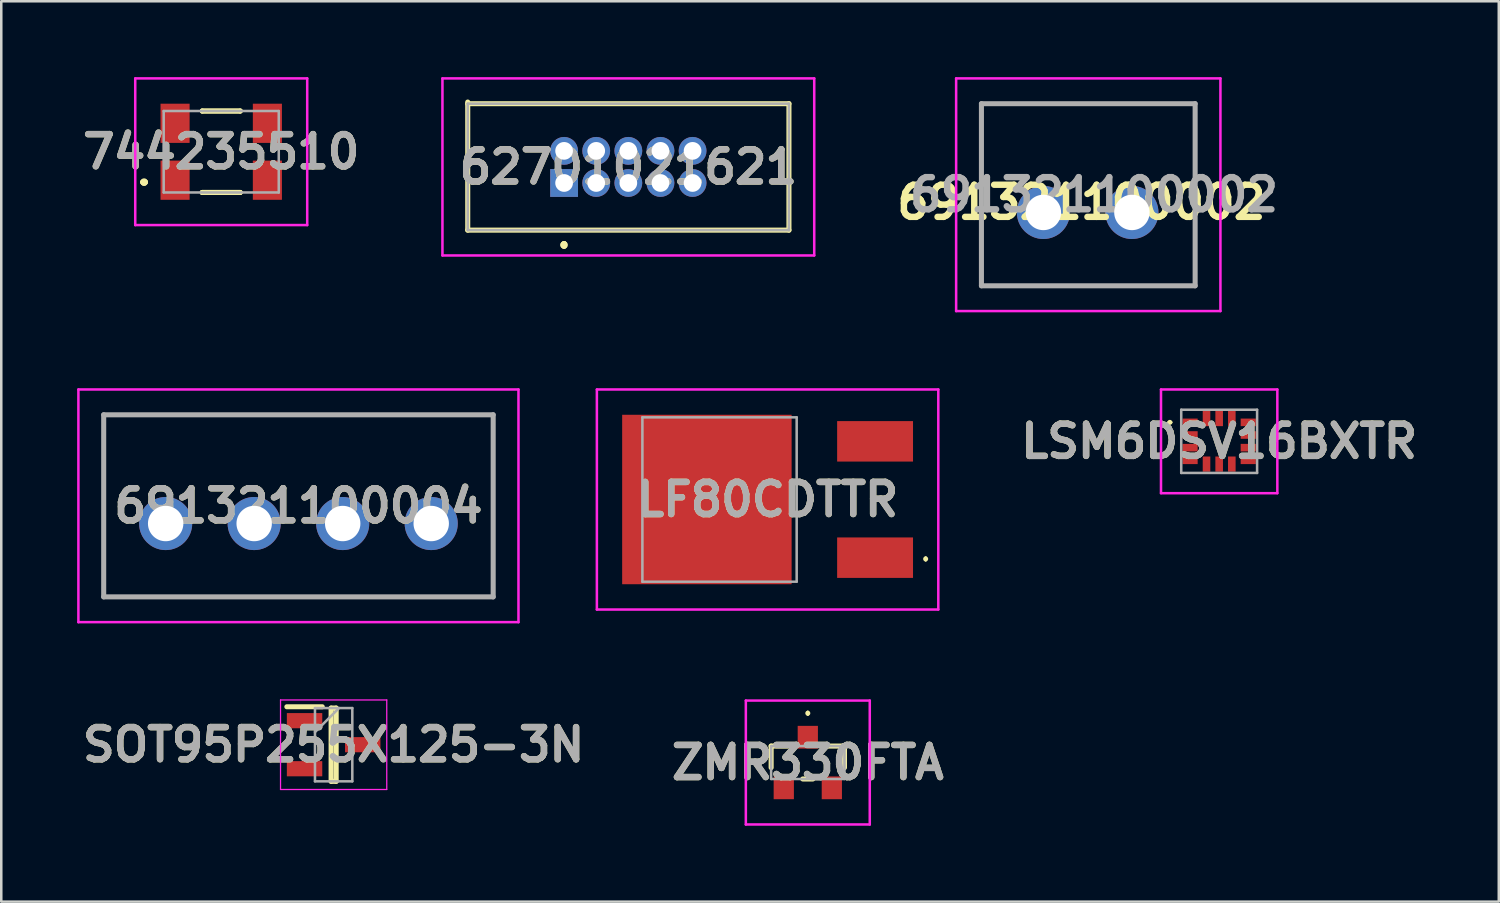
<source format=kicad_pcb>
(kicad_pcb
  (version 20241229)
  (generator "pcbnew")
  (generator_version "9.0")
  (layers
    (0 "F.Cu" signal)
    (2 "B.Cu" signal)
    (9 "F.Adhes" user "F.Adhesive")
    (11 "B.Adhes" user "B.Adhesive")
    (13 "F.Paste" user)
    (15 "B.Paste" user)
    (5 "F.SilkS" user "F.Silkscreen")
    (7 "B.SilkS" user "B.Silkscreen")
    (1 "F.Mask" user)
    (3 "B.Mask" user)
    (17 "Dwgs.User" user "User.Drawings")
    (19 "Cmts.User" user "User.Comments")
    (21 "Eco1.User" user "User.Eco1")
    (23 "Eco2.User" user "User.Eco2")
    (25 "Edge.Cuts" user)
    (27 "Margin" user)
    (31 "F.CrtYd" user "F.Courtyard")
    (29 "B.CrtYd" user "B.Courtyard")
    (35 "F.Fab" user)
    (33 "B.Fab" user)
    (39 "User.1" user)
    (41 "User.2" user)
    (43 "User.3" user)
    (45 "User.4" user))
  (footprint "62701021621"
    (layer "F.Cu")
    (at 19.254 4.185)
    (property "Reference" "62701021621" (at 2.54 -0.635 0) (layer "F.SilkS") (effects (font (size 1.27 1.27) (thickness 0.254))))
    (attr through_hole)
    (fp_line (start -3.81 -3.2) (end -3.81 1.865) (stroke (width 0.2) (type solid)) (layer "F.SilkS"))
    (fp_line (start -3.81 1.865) (end 8.89 1.865) (stroke (width 0.2) (type solid)) (layer "F.SilkS"))
    (fp_line (start 0 2.4) (end 0 2.4) (stroke (width 0.2) (type solid)) (layer "F.SilkS"))
    (fp_line (start 0 2.4) (end 0 2.4) (stroke (width 0.2) (type solid)) (layer "F.SilkS"))
    (fp_line (start 0 2.5) (end 0 2.5) (stroke (width 0.2) (type solid)) (layer "F.SilkS"))
    (fp_line (start 8.89 -3.135) (end -3.81 -3.135) (stroke (width 0.2) (type solid)) (layer "F.SilkS"))
    (fp_line (start 8.89 1.865) (end 8.89 -3.135) (stroke (width 0.2) (type solid)) (layer "F.SilkS"))
    (fp_arc (start 0 2.4) (mid 0.05 2.45) (end 0 2.5) (stroke (width 0.2) (type solid)) (layer "F.SilkS"))
    (fp_arc (start 0 2.5) (mid -0.05 2.45) (end 0 2.4) (stroke (width 0.2) (type solid)) (layer "F.SilkS"))
    (fp_arc (start 0 2.5) (mid -0.05 2.45) (end 0 2.4) (stroke (width 0.2) (type solid)) (layer "F.SilkS"))
    (fp_line (start -4.81 -4.135) (end 9.89 -4.135) (stroke (width 0.1) (type solid)) (layer "F.CrtYd"))
    (fp_line (start -4.81 2.865) (end -4.81 -4.135) (stroke (width 0.1) (type solid)) (layer "F.CrtYd"))
    (fp_line (start 9.89 -4.135) (end 9.89 2.865) (stroke (width 0.1) (type solid)) (layer "F.CrtYd"))
    (fp_line (start 9.89 2.865) (end -4.81 2.865) (stroke (width 0.1) (type solid)) (layer "F.CrtYd"))
    (fp_line (start -3.81 -3.135) (end -3.81 1.865) (stroke (width 0.1) (type solid)) (layer "F.Fab"))
    (fp_line (start -3.81 1.865) (end 8.89 1.865) (stroke (width 0.1) (type solid)) (layer "F.Fab"))
    (fp_line (start 8.89 -3.135) (end -3.81 -3.135) (stroke (width 0.1) (type solid)) (layer "F.Fab"))
    (fp_line (start 8.89 1.865) (end 8.89 -3.135) (stroke (width 0.1) (type solid)) (layer "F.Fab"))
    (fp_text user "${REFERENCE}" (at 2.54 -0.635 0) (layer "F.Fab") (effects (font (size 1.27 1.27) (thickness 0.254))))
    (pad "1" thru_hole rect (at 0 0) (size 1.1 1.1) (drill 0.7) (layers "*.Cu" "*.Mask"))
    (pad "2" thru_hole circle (at 0 -1.27) (size 1.1 1.1) (drill 0.7) (layers "*.Cu" "*.Mask"))
    (pad "3" thru_hole circle (at 1.27 0) (size 1.1 1.1) (drill 0.7) (layers "*.Cu" "*.Mask"))
    (pad "4" thru_hole circle (at 1.27 -1.27) (size 1.1 1.1) (drill 0.7) (layers "*.Cu" "*.Mask"))
    (pad "5" thru_hole circle (at 2.54 0) (size 1.1 1.1) (drill 0.7) (layers "*.Cu" "*.Mask"))
    (pad "6" thru_hole circle (at 2.54 -1.27) (size 1.1 1.1) (drill 0.7) (layers "*.Cu" "*.Mask"))
    (pad "7" thru_hole circle (at 3.81 0) (size 1.1 1.1) (drill 0.7) (layers "*.Cu" "*.Mask"))
    (pad "8" thru_hole circle (at 3.81 -1.27) (size 1.1 1.1) (drill 0.7) (layers "*.Cu" "*.Mask"))
    (pad "9" thru_hole circle (at 5.08 0) (size 1.1 1.1) (drill 0.7) (layers "*.Cu" "*.Mask"))
    (pad "10" thru_hole circle (at 5.08 -1.27) (size 1.1 1.1) (drill 0.7) (layers "*.Cu" "*.Mask")))
  (footprint "691321100004"
    (layer "F.Cu")
    (at 3.5 17.75)
    (property "Reference" "691321100004" (at 5.25 -0.8 0) (layer "F.SilkS") (effects (font (size 1.27 1.27) (thickness 0.254))))
    (attr through_hole)
    (fp_line (start -2.45 -4.4) (end 12.95 -4.4) (stroke (width 0.1) (type solid)) (layer "F.SilkS"))
    (fp_line (start -2.45 2.8) (end -2.45 -4.4) (stroke (width 0.1) (type solid)) (layer "F.SilkS"))
    (fp_line (start 12.95 -4.4) (end 12.95 2.8) (stroke (width 0.1) (type solid)) (layer "F.SilkS"))
    (fp_line (start 12.95 2.8) (end -2.45 2.8) (stroke (width 0.1) (type solid)) (layer "F.SilkS"))
    (fp_line (start -3.45 -5.4) (end 13.95 -5.4) (stroke (width 0.1) (type solid)) (layer "F.CrtYd"))
    (fp_line (start -3.45 3.8) (end -3.45 -5.4) (stroke (width 0.1) (type solid)) (layer "F.CrtYd"))
    (fp_line (start 13.95 -5.4) (end 13.95 3.8) (stroke (width 0.1) (type solid)) (layer "F.CrtYd"))
    (fp_line (start 13.95 3.8) (end -3.45 3.8) (stroke (width 0.1) (type solid)) (layer "F.CrtYd"))
    (fp_line (start -2.45 -4.4) (end 12.95 -4.4) (stroke (width 0.2) (type solid)) (layer "F.Fab"))
    (fp_line (start -2.45 2.8) (end -2.45 -4.4) (stroke (width 0.2) (type solid)) (layer "F.Fab"))
    (fp_line (start 12.95 -4.4) (end 12.95 2.8) (stroke (width 0.2) (type solid)) (layer "F.Fab"))
    (fp_line (start 12.95 2.8) (end -2.45 2.8) (stroke (width 0.2) (type solid)) (layer "F.Fab"))
    (fp_text user "${REFERENCE}" (at 5.25 -0.8 0) (layer "F.Fab") (effects (font (size 1.27 1.27) (thickness 0.254))))
    (pad "1" thru_hole circle (at 0 -0.1) (size 2.1 2.1) (drill 1.4) (layers "*.Cu" "*.Mask"))
    (pad "2" thru_hole circle (at 3.5 -0.1) (size 2.1 2.1) (drill 1.4) (layers "*.Cu" "*.Mask"))
    (pad "3" thru_hole circle (at 7 -0.1) (size 2.1 2.1) (drill 1.4) (layers "*.Cu" "*.Mask"))
    (pad "4" thru_hole circle (at 10.5 -0.1) (size 2.1 2.1) (drill 1.4) (layers "*.Cu" "*.Mask")))
  (footprint "LF80CDTTR"
    (layer "F.Cu")
    (at 26.95 16.7)
    (property "Reference" "LF80CDTTR" (at 0.35 0 0) (layer "F.SilkS") (effects (font (size 1.27 1.27) (thickness 0.254))))
    (attr smd)
    (fp_line (start 6.6 2.3) (end 6.6 2.3) (stroke (width 0.1) (type solid)) (layer "F.SilkS"))
    (fp_line (start 6.6 2.4) (end 6.6 2.4) (stroke (width 0.1) (type solid)) (layer "F.SilkS"))
    (fp_arc (start 6.6 2.3) (mid 6.65 2.35) (end 6.6 2.4) (stroke (width 0.1) (type solid)) (layer "F.SilkS"))
    (fp_arc (start 6.6 2.4) (mid 6.55 2.35) (end 6.6 2.3) (stroke (width 0.1) (type solid)) (layer "F.SilkS"))
    (fp_line (start -6.4 -4.35) (end 7.1 -4.35) (stroke (width 0.1) (type solid)) (layer "F.CrtYd"))
    (fp_line (start -6.4 4.35) (end -6.4 -4.35) (stroke (width 0.1) (type solid)) (layer "F.CrtYd"))
    (fp_line (start 7.1 -4.35) (end 7.1 4.35) (stroke (width 0.1) (type solid)) (layer "F.CrtYd"))
    (fp_line (start 7.1 4.35) (end -6.4 4.35) (stroke (width 0.1) (type solid)) (layer "F.CrtYd"))
    (fp_line (start -4.6 -3.25) (end 1.5 -3.25) (stroke (width 0.1) (type solid)) (layer "F.Fab"))
    (fp_line (start -4.6 3.25) (end -4.6 -3.25) (stroke (width 0.1) (type solid)) (layer "F.Fab"))
    (fp_line (start 1.5 -3.25) (end 1.5 3.25) (stroke (width 0.1) (type solid)) (layer "F.Fab"))
    (fp_line (start 1.5 3.25) (end -4.6 3.25) (stroke (width 0.1) (type solid)) (layer "F.Fab"))
    (fp_text user "${REFERENCE}" (at 0.35 0 0) (layer "F.Fab") (effects (font (size 1.27 1.27) (thickness 0.254))))
    (pad "1" smd rect (at 4.6 2.3 90) (size 1.6 3) (layers "F.Cu" "F.Mask" "F.Paste"))
    (pad "2" smd rect (at -2.05 0 90) (size 6.7 6.7) (layers "F.Cu" "F.Mask" "F.Paste"))
    (pad "3" smd rect (at 4.6 -2.3 90) (size 1.6 3) (layers "F.Cu" "F.Mask" "F.Paste")))
  (footprint "ZMR330FTA"
    (layer "F.Cu")
    (at 28.89 27.1)
    (property "Reference" "ZMR330FTA" (at 0 0 0) (layer "F.SilkS") (effects (font (size 1.27 1.27) (thickness 0.254))))
    (attr smd)
    (fp_line (start -1.45 -0.65) (end -1.45 0.2) (stroke (width 0.2) (type solid)) (layer "F.SilkS"))
    (fp_line (start -0.8 -0.65) (end -1.45 -0.65) (stroke (width 0.2) (type solid)) (layer "F.SilkS"))
    (fp_line (start -0.2 0.65) (end 0.2 0.65) (stroke (width 0.2) (type solid)) (layer "F.SilkS"))
    (fp_line (start 0 -2) (end 0 -2) (stroke (width 0.1) (type solid)) (layer "F.SilkS"))
    (fp_line (start 0 -1.9) (end 0 -1.9) (stroke (width 0.1) (type solid)) (layer "F.SilkS"))
    (fp_line (start 0.8 -0.65) (end 1.45 -0.65) (stroke (width 0.2) (type solid)) (layer "F.SilkS"))
    (fp_line (start 1.45 -0.65) (end 1.45 0.2) (stroke (width 0.2) (type solid)) (layer "F.SilkS"))
    (fp_arc (start 0 -2) (mid 0.05 -1.95) (end 0 -1.9) (stroke (width 0.1) (type solid)) (layer "F.SilkS"))
    (fp_arc (start 0 -1.9) (mid -0.05 -1.95) (end 0 -2) (stroke (width 0.1) (type solid)) (layer "F.SilkS"))
    (fp_line (start -2.45 -2.45) (end 2.45 -2.45) (stroke (width 0.1) (type solid)) (layer "F.CrtYd"))
    (fp_line (start -2.45 2.45) (end -2.45 -2.45) (stroke (width 0.1) (type solid)) (layer "F.CrtYd"))
    (fp_line (start 2.45 -2.45) (end 2.45 2.45) (stroke (width 0.1) (type solid)) (layer "F.CrtYd"))
    (fp_line (start 2.45 2.45) (end -2.45 2.45) (stroke (width 0.1) (type solid)) (layer "F.CrtYd"))
    (fp_line (start -1.45 -0.65) (end 1.45 -0.65) (stroke (width 0.1) (type solid)) (layer "F.Fab"))
    (fp_line (start -1.45 0.65) (end -1.45 -0.65) (stroke (width 0.1) (type solid)) (layer "F.Fab"))
    (fp_line (start 1.45 -0.65) (end 1.45 0.65) (stroke (width 0.1) (type solid)) (layer "F.Fab"))
    (fp_line (start 1.45 0.65) (end -1.45 0.65) (stroke (width 0.1) (type solid)) (layer "F.Fab"))
    (fp_text user "${REFERENCE}" (at 0 0 0) (layer "F.Fab") (effects (font (size 1.27 1.27) (thickness 0.254))))
    (pad "1" smd rect (at 0 -1) (size 0.8 0.9) (layers "F.Cu" "F.Mask" "F.Paste"))
    (pad "2" smd rect (at -0.95 1) (size 0.8 0.9) (layers "F.Cu" "F.Mask" "F.Paste"))
    (pad "3" smd rect (at 0.95 1) (size 0.8 0.9) (layers "F.Cu" "F.Mask" "F.Paste")))
  (footprint "LSM6DSV16BXTR"
    (layer "F.Cu")
    (at 45.155 14.4)
    (property "Reference" "LSM6DSV16BXTR" (at 0 0 0) (layer "F.SilkS") (effects (font (size 1.27 1.27) (thickness 0.254))))
    (attr smd)
    (fp_line (start -2 -0.75) (end -2 -0.75) (stroke (width 0.1) (type solid)) (layer "F.SilkS"))
    (fp_line (start -1.9 -0.75) (end -1.9 -0.75) (stroke (width 0.1) (type solid)) (layer "F.SilkS"))
    (fp_arc (start -2 -0.75) (mid -1.95 -0.8) (end -1.9 -0.75) (stroke (width 0.1) (type solid)) (layer "F.SilkS"))
    (fp_arc (start -1.9 -0.75) (mid -1.95 -0.7) (end -2 -0.75) (stroke (width 0.1) (type solid)) (layer "F.SilkS"))
    (fp_line (start -2.3 -2.05) (end 2.3 -2.05) (stroke (width 0.1) (type solid)) (layer "F.CrtYd"))
    (fp_line (start -2.3 2.05) (end -2.3 -2.05) (stroke (width 0.1) (type solid)) (layer "F.CrtYd"))
    (fp_line (start 2.3 -2.05) (end 2.3 2.05) (stroke (width 0.1) (type solid)) (layer "F.CrtYd"))
    (fp_line (start 2.3 2.05) (end -2.3 2.05) (stroke (width 0.1) (type solid)) (layer "F.CrtYd"))
    (fp_line (start -1.5 -1.25) (end 1.5 -1.25) (stroke (width 0.1) (type solid)) (layer "F.Fab"))
    (fp_line (start -1.5 1.25) (end -1.5 -1.25) (stroke (width 0.1) (type solid)) (layer "F.Fab"))
    (fp_line (start 1.5 -1.25) (end 1.5 1.25) (stroke (width 0.1) (type solid)) (layer "F.Fab"))
    (fp_line (start 1.5 1.25) (end -1.5 1.25) (stroke (width 0.1) (type solid)) (layer "F.Fab"))
    (fp_text user "${REFERENCE}" (at 0 0 0) (layer "F.Fab") (effects (font (size 1.27 1.27) (thickness 0.254))))
    (pad "1" smd rect (at -1.15 -0.75 90) (size 0.3 0.6) (layers "F.Cu" "F.Mask" "F.Paste"))
    (pad "2" smd rect (at -1.15 -0.25 90) (size 0.3 0.6) (layers "F.Cu" "F.Mask" "F.Paste"))
    (pad "3" smd rect (at -1.15 0.25 90) (size 0.3 0.6) (layers "F.Cu" "F.Mask" "F.Paste"))
    (pad "4" smd rect (at -1.15 0.75 90) (size 0.3 0.6) (layers "F.Cu" "F.Mask" "F.Paste"))
    (pad "5" smd rect (at -0.5 0.9) (size 0.3 0.6) (layers "F.Cu" "F.Mask" "F.Paste"))
    (pad "6" smd rect (at 0 0.9) (size 0.3 0.6) (layers "F.Cu" "F.Mask" "F.Paste"))
    (pad "7" smd rect (at 0.5 0.9) (size 0.3 0.6) (layers "F.Cu" "F.Mask" "F.Paste"))
    (pad "8" smd rect (at 1.15 0.75 90) (size 0.3 0.6) (layers "F.Cu" "F.Mask" "F.Paste"))
    (pad "9" smd rect (at 1.15 0.25 90) (size 0.3 0.6) (layers "F.Cu" "F.Mask" "F.Paste"))
    (pad "10" smd rect (at 1.15 -0.25 90) (size 0.3 0.6) (layers "F.Cu" "F.Mask" "F.Paste"))
    (pad "11" smd rect (at 1.15 -0.75 90) (size 0.3 0.6) (layers "F.Cu" "F.Mask" "F.Paste"))
    (pad "12" smd rect (at 0.5 -0.9) (size 0.3 0.6) (layers "F.Cu" "F.Mask" "F.Paste"))
    (pad "13" smd rect (at 0 -0.9) (size 0.3 0.6) (layers "F.Cu" "F.Mask" "F.Paste"))
    (pad "14" smd rect (at -0.5 -0.9) (size 0.3 0.6) (layers "F.Cu" "F.Mask" "F.Paste")))
  (footprint "691321100002"
    (layer "F.Cu")
    (at 38.205 5.45)
    (property "Reference" "691321100002" (at 1.5 -0.5 0) (layer "F.SilkS") (effects (font (size 1.27 1.27) (thickness 0.254))))
    (attr through_hole)
    (fp_line (start -2.45 -4.4) (end 6 -4.4) (stroke (width 0.1) (type solid)) (layer "F.SilkS"))
    (fp_line (start -2.45 2.8) (end -2.45 -4.4) (stroke (width 0.1) (type solid)) (layer "F.SilkS"))
    (fp_line (start 6 -4.4) (end 6 2.8) (stroke (width 0.1) (type solid)) (layer "F.SilkS"))
    (fp_line (start 6 2.8) (end -2.45 2.8) (stroke (width 0.1) (type solid)) (layer "F.SilkS"))
    (fp_line (start -3.45 -5.4) (end 7 -5.4) (stroke (width 0.1) (type solid)) (layer "F.CrtYd"))
    (fp_line (start -3.45 3.8) (end -3.45 -5.4) (stroke (width 0.1) (type solid)) (layer "F.CrtYd"))
    (fp_line (start 7 -5.4) (end 7 3.8) (stroke (width 0.1) (type solid)) (layer "F.CrtYd"))
    (fp_line (start 7 3.8) (end -3.45 3.8) (stroke (width 0.1) (type solid)) (layer "F.CrtYd"))
    (fp_line (start -2.45 -4.4) (end 6 -4.4) (stroke (width 0.2) (type solid)) (layer "F.Fab"))
    (fp_line (start -2.45 2.8) (end -2.45 -4.4) (stroke (width 0.2) (type solid)) (layer "F.Fab"))
    (fp_line (start 6 -4.4) (end 6 2.8) (stroke (width 0.2) (type solid)) (layer "F.Fab"))
    (fp_line (start 6 2.8) (end -2.45 2.8) (stroke (width 0.2) (type solid)) (layer "F.Fab"))
    (fp_text user "${REFERENCE}" (at 2 -0.8 0) (layer "F.Fab") (effects (font (size 1.27 1.27) (thickness 0.254))))
    (pad "1" thru_hole circle (at 0 -0.1) (size 2.1 2.1) (drill 1.4) (layers "*.Cu" "*.Mask"))
    (pad "2" thru_hole circle (at 3.5 -0.1) (size 2.1 2.1) (drill 1.4) (layers "*.Cu" "*.Mask")))
  (footprint "SOT95P255X125-3N"
    (layer "F.Cu")
    (at 10.142 26.395)
    (property "Reference" "SOT95P255X125-3N" (at 0 0 0) (layer "F.SilkS") (effects (font (size 1.27 1.27) (thickness 0.254))))
    (attr smd)
    (fp_line (start -1.85 -1.5) (end -0.45 -1.5) (stroke (width 0.2) (type solid)) (layer "F.SilkS"))
    (fp_line (start -0.1 -1.448) (end 0.1 -1.448) (stroke (width 0.2) (type solid)) (layer "F.SilkS"))
    (fp_line (start -0.1 1.448) (end -0.1 -1.448) (stroke (width 0.2) (type solid)) (layer "F.SilkS"))
    (fp_line (start 0.1 -1.448) (end 0.1 1.448) (stroke (width 0.2) (type solid)) (layer "F.SilkS"))
    (fp_line (start 0.1 1.448) (end -0.1 1.448) (stroke (width 0.2) (type solid)) (layer "F.SilkS"))
    (fp_line (start -2.1 -1.77) (end 2.1 -1.77) (stroke (width 0.05) (type solid)) (layer "F.CrtYd"))
    (fp_line (start -2.1 1.77) (end -2.1 -1.77) (stroke (width 0.05) (type solid)) (layer "F.CrtYd"))
    (fp_line (start 2.1 -1.77) (end 2.1 1.77) (stroke (width 0.05) (type solid)) (layer "F.CrtYd"))
    (fp_line (start 2.1 1.77) (end -2.1 1.77) (stroke (width 0.05) (type solid)) (layer "F.CrtYd"))
    (fp_line (start -0.738 -1.448) (end 0.738 -1.448) (stroke (width 0.1) (type solid)) (layer "F.Fab"))
    (fp_line (start -0.738 -0.498) (end 0.212 -1.448) (stroke (width 0.1) (type solid)) (layer "F.Fab"))
    (fp_line (start -0.738 1.448) (end -0.738 -1.448) (stroke (width 0.1) (type solid)) (layer "F.Fab"))
    (fp_line (start 0.738 -1.448) (end 0.738 1.448) (stroke (width 0.1) (type solid)) (layer "F.Fab"))
    (fp_line (start 0.738 1.448) (end -0.738 1.448) (stroke (width 0.1) (type solid)) (layer "F.Fab"))
    (fp_text user "${REFERENCE}" (at 0 0 0) (layer "F.Fab") (effects (font (size 1.27 1.27) (thickness 0.254))))
    (pad "1" smd rect (at -1.15 -0.95 90) (size 0.6 1.4) (layers "F.Cu" "F.Mask" "F.Paste"))
    (pad "2" smd rect (at -1.15 0.95 90) (size 0.6 1.4) (layers "F.Cu" "F.Mask" "F.Paste"))
    (pad "3" smd rect (at 1.15 0 90) (size 0.6 1.4) (layers "F.Cu" "F.Mask" "F.Paste")))
  (footprint "744235510"
    (layer "F.Cu")
    (at 5.697 2.95)
    (property "Reference" "744235510" (at 0 0 0) (layer "F.SilkS") (effects (font (size 1.27 1.27) (thickness 0.254))))
    (attr smd)
    (fp_line (start -3.1 1.2) (end -3.1 1.2) (stroke (width 0.2) (type solid)) (layer "F.SilkS"))
    (fp_line (start -3.1 1.2) (end -3.1 1.2) (stroke (width 0.2) (type solid)) (layer "F.SilkS"))
    (fp_line (start -3 1.2) (end -3 1.2) (stroke (width 0.2) (type solid)) (layer "F.SilkS"))
    (fp_line (start -0.75 -1.61) (end -0.75 -1.61) (stroke (width 0.2) (type solid)) (layer "F.SilkS"))
    (fp_line (start -0.75 -1.61) (end 0.75 -1.61) (stroke (width 0.2) (type solid)) (layer "F.SilkS"))
    (fp_line (start -0.75 1.61) (end -0.75 1.61) (stroke (width 0.2) (type solid)) (layer "F.SilkS"))
    (fp_line (start -0.75 1.61) (end 0.75 1.61) (stroke (width 0.2) (type solid)) (layer "F.SilkS"))
    (fp_line (start 0.75 -1.61) (end -0.75 -1.61) (stroke (width 0.2) (type solid)) (layer "F.SilkS"))
    (fp_line (start 0.75 -1.61) (end 0.75 -1.61) (stroke (width 0.2) (type solid)) (layer "F.SilkS"))
    (fp_line (start 0.75 1.61) (end -0.75 1.61) (stroke (width 0.2) (type solid)) (layer "F.SilkS"))
    (fp_line (start 0.75 1.61) (end 0.75 1.61) (stroke (width 0.2) (type solid)) (layer "F.SilkS"))
    (fp_arc (start -3.1 1.2) (mid -3.05 1.15) (end -3 1.2) (stroke (width 0.2) (type solid)) (layer "F.SilkS"))
    (fp_arc (start -3 1.2) (mid -3.05 1.25) (end -3.1 1.2) (stroke (width 0.2) (type solid)) (layer "F.SilkS"))
    (fp_arc (start -3 1.2) (mid -3.05 1.25) (end -3.1 1.2) (stroke (width 0.2) (type solid)) (layer "F.SilkS"))
    (fp_line (start -3.4 -2.9) (end 3.4 -2.9) (stroke (width 0.1) (type solid)) (layer "F.CrtYd"))
    (fp_line (start -3.4 2.9) (end -3.4 -2.9) (stroke (width 0.1) (type solid)) (layer "F.CrtYd"))
    (fp_line (start 3.4 -2.9) (end 3.4 2.9) (stroke (width 0.1) (type solid)) (layer "F.CrtYd"))
    (fp_line (start 3.4 2.9) (end -3.4 2.9) (stroke (width 0.1) (type solid)) (layer "F.CrtYd"))
    (fp_line (start -2.275 -1.61) (end -2.275 1.61) (stroke (width 0.1) (type solid)) (layer "F.Fab"))
    (fp_line (start -2.275 1.61) (end 2.275 1.61) (stroke (width 0.1) (type solid)) (layer "F.Fab"))
    (fp_line (start 2.275 -1.61) (end -2.275 -1.61) (stroke (width 0.1) (type solid)) (layer "F.Fab"))
    (fp_line (start 2.275 1.61) (end 2.275 -1.61) (stroke (width 0.1) (type solid)) (layer "F.Fab"))
    (fp_text user "${REFERENCE}" (at 0 0 0) (layer "F.Fab") (effects (font (size 1.27 1.27) (thickness 0.254))))
    (pad "1" smd rect (at -1.825 1.125) (size 1.15 1.55) (layers "F.Cu" "F.Mask" "F.Paste"))
    (pad "2" smd rect (at 1.825 1.125) (size 1.15 1.55) (layers "F.Cu" "F.Mask" "F.Paste"))
    (pad "3" smd rect (at 1.825 -1.125) (size 1.15 1.55) (layers "F.Cu" "F.Mask" "F.Paste"))
    (pad "4" smd rect (at -1.825 -1.125) (size 1.15 1.55) (layers "F.Cu" "F.Mask" "F.Paste")))
  (gr_rect
    (start -3 -3)
    (end 56.211 32.6)
    (stroke (width 0.1) (type default))
    (fill no)
    (layer "Edge.Cuts")))
</source>
